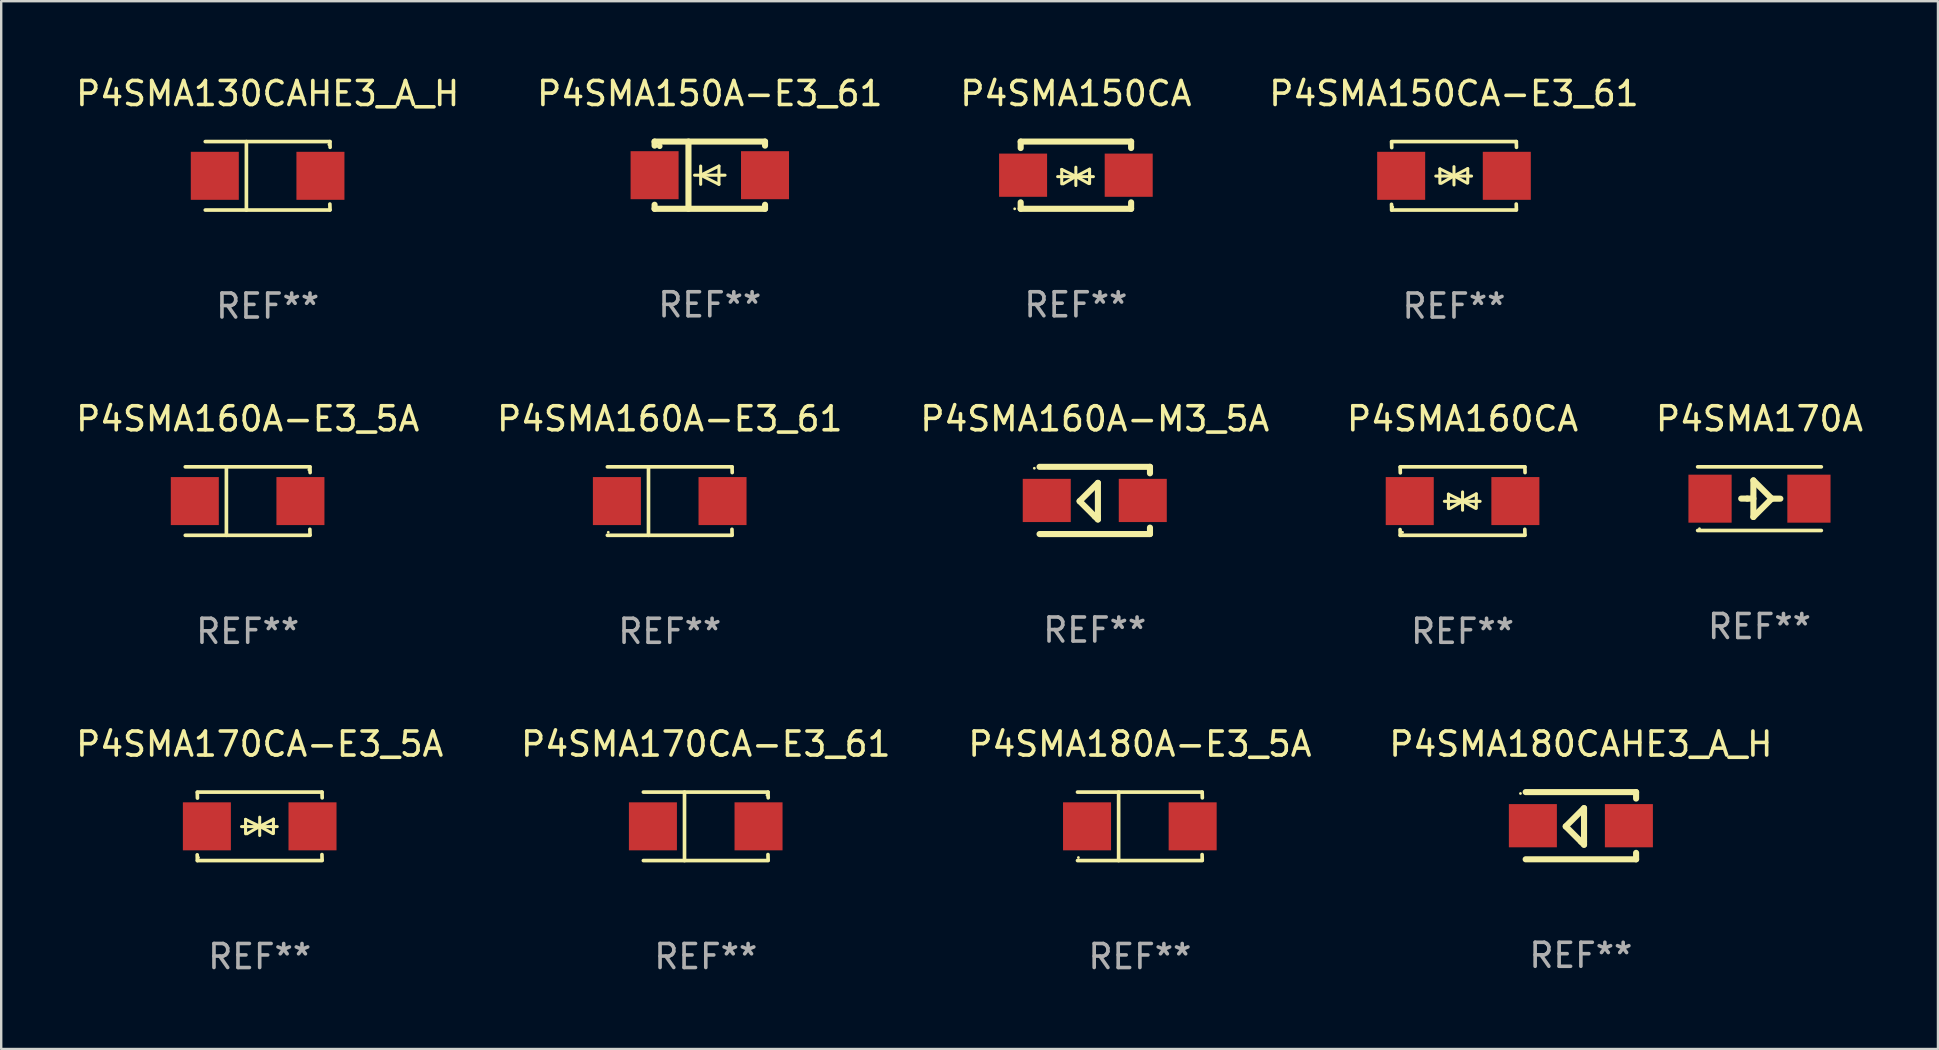
<source format=kicad_pcb>
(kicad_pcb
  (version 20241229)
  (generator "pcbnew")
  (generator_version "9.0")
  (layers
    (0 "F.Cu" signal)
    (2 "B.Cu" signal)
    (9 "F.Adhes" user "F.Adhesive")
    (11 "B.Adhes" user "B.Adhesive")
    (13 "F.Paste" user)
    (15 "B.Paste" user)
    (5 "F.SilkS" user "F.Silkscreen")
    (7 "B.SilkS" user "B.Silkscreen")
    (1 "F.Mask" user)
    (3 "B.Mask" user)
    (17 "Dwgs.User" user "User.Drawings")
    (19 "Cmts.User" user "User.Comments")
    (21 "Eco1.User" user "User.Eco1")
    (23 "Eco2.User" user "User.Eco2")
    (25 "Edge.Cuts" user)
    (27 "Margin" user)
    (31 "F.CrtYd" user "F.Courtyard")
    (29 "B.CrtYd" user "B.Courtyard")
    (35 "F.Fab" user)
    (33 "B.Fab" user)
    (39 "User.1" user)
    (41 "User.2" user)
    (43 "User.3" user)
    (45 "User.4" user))
  (footprint "P4SMA170CA-E3_61"
    (layer "F.Cu")
    (at 26.351 31.372)
    (property "Reference" "P4SMA170CA-E3_61" (at 0 -3.426 0) (layer "F.SilkS") (effects (font (size 1 1) (thickness 0.15))))
    (attr through_hole)
    (fp_line (start -2.6 -1.426) (end 2.593 -1.426) (stroke (width 0.152) (type solid)) (layer "F.SilkS"))
    (fp_line (start -2.6 1.426) (end 2.593 1.426) (stroke (width 0.152) (type solid)) (layer "F.SilkS"))
    (fp_line (start -0.887 -1.426) (end -0.887 1.426) (stroke (width 0.152) (type solid)) (layer "F.SilkS"))
    (fp_line (start 2.59 1.176) (end 2.597 1.415) (stroke (width 0.152) (type solid)) (layer "F.SilkS"))
    (fp_line (start 2.593 -1.426) (end 2.6 -1.187) (stroke (width 0.152) (type solid)) (layer "F.SilkS"))
    (fp_circle (center 2.547 -1.3) (end 2.577 -1.3) (stroke (width 0.06) (type solid)) (fill no) (layer "F.SilkS"))
    (fp_text user "REF**" (at 0 5.426 0) (layer "F.Fab") (effects (font (size 1 1) (thickness 0.15))))
    (pad "1" smd rect (at 2.197 -0.000025 180) (size 2 2) (layers "F.Cu" "F.Mask" "F.Paste"))
    (pad "2" smd rect (at -2.203 -0.000025 180) (size 2 2) (layers "F.Cu" "F.Mask" "F.Paste")))
  (footprint "P4SMA170CA-E3_5A"
    (layer "F.Cu")
    (at 7.768 31.372)
    (property "Reference" "P4SMA170CA-E3_5A" (at 0 -3.426 0) (layer "F.SilkS") (effects (font (size 1 1) (thickness 0.15))))
    (attr through_hole)
    (fp_line (start -2.596 -1.426) (end 2.596 -1.426) (stroke (width 0.152) (type solid)) (layer "F.SilkS"))
    (fp_line (start -2.596 1.426) (end -2.603 1.187) (stroke (width 0.152) (type solid)) (layer "F.SilkS"))
    (fp_line (start -2.596 1.426) (end 2.596 1.426) (stroke (width 0.152) (type solid)) (layer "F.SilkS"))
    (fp_line (start -2.593 -1.176) (end -2.6 -1.415) (stroke (width 0.152) (type solid)) (layer "F.SilkS"))
    (fp_line (start -0.758 0.011) (end 0.732 0.011) (stroke (width 0.127) (type solid)) (layer "F.SilkS"))
    (fp_line (start -0.588 -0.289) (end -0.588 0.311) (stroke (width 0.127) (type solid)) (layer "F.SilkS"))
    (fp_line (start -0.588 -0.289) (end 0 0) (stroke (width 0.127) (type solid)) (layer "F.SilkS"))
    (fp_line (start -0.528 0.311) (end 0 0) (stroke (width 0.127) (type solid)) (layer "F.SilkS"))
    (fp_line (start 0 0) (end 0 -0.381) (stroke (width 0.127) (type solid)) (layer "F.SilkS"))
    (fp_line (start 0 0) (end 0 0.381) (stroke (width 0.127) (type solid)) (layer "F.SilkS"))
    (fp_line (start 0.542 0.301) (end 0 0) (stroke (width 0.127) (type solid)) (layer "F.SilkS"))
    (fp_line (start 0.572 -0.299) (end 0 0) (stroke (width 0.127) (type solid)) (layer "F.SilkS"))
    (fp_line (start 0.572 -0.299) (end 0.572 0.301) (stroke (width 0.127) (type solid)) (layer "F.SilkS"))
    (fp_line (start 2.593 1.176) (end 2.6 1.415) (stroke (width 0.152) (type solid)) (layer "F.SilkS"))
    (fp_line (start 2.596 -1.426) (end 2.603 -1.187) (stroke (width 0.152) (type solid)) (layer "F.SilkS"))
    (fp_circle (center -2.55 1.3) (end -2.52 1.3) (stroke (width 0.06) (type solid)) (fill no) (layer "F.SilkS"))
    (fp_text user "REF**" (at 0 5.426 0) (layer "F.Fab") (effects (font (size 1 1) (thickness 0.15))))
    (pad "1" smd rect (at -2.2 0 180) (size 2 2) (layers "F.Cu" "F.Mask" "F.Paste"))
    (pad "2" smd rect (at 2.2 0 180) (size 2 2) (layers "F.Cu" "F.Mask" "F.Paste")))
  (footprint "P4SMA150A-E3_61"
    (layer "F.Cu")
    (at 26.518 4.248)
    (property "Reference" "P4SMA150A-E3_61" (at 0 -3.4 0) (layer "F.SilkS") (effects (font (size 1 1) (thickness 0.15))))
    (attr through_hole)
    (fp_line (start -2.3 -1.4) (end -2.3 -1.231) (stroke (width 0.254) (type solid)) (layer "F.SilkS"))
    (fp_line (start -2.3 -1.4) (end 2.3 -1.4) (stroke (width 0.254) (type solid)) (layer "F.SilkS"))
    (fp_line (start -2.3 1.231) (end -2.3 1.4) (stroke (width 0.254) (type solid)) (layer "F.SilkS"))
    (fp_line (start -2.3 1.4) (end 2.3 1.4) (stroke (width 0.254) (type solid)) (layer "F.SilkS"))
    (fp_line (start -0.889 1.4) (end -0.889 -1.4) (stroke (width 0.254) (type solid)) (layer "F.SilkS"))
    (fp_line (start -0.381 0) (end -0.381 -0.381) (stroke (width 0.127) (type solid)) (layer "F.SilkS"))
    (fp_line (start -0.381 0) (end -0.381 0.381) (stroke (width 0.127) (type solid)) (layer "F.SilkS"))
    (fp_line (start 0.381 -0.381) (end -0.381 0) (stroke (width 0.127) (type solid)) (layer "F.SilkS"))
    (fp_line (start 0.381 0) (end 0.381 -0.381) (stroke (width 0.127) (type solid)) (layer "F.SilkS"))
    (fp_line (start 0.381 0) (end 0.381 0.381) (stroke (width 0.127) (type solid)) (layer "F.SilkS"))
    (fp_line (start 0.381 0.381) (end -0.381 0) (stroke (width 0.127) (type solid)) (layer "F.SilkS"))
    (fp_line (start 0.635 0) (end -0.635 0) (stroke (width 0.127) (type solid)) (layer "F.SilkS"))
    (fp_line (start 2.3 -1.4) (end 2.3 -1.231) (stroke (width 0.254) (type solid)) (layer "F.SilkS"))
    (fp_line (start 2.3 1.231) (end 2.3 1.4) (stroke (width 0.254) (type solid)) (layer "F.SilkS"))
    (fp_circle (center -2.088 -1.208) (end -2.028 -1.208) (stroke (width 0.12) (type solid)) (fill no) (layer "F.SilkS"))
    (fp_text user "REF**" (at 0 5.4 0) (layer "F.Fab") (effects (font (size 1 1) (thickness 0.15))))
    (pad "1" smd rect (at -2.3 0 180) (size 2 2) (layers "F.Cu" "F.Mask" "F.Paste"))
    (pad "2" smd rect (at 2.3 0 180) (size 2 2) (layers "F.Cu" "F.Mask" "F.Paste")))
  (footprint "P4SMA160CA"
    (layer "F.Cu")
    (at 57.875 17.823)
    (property "Reference" "P4SMA160CA" (at 0 -3.426 0) (layer "F.SilkS") (effects (font (size 1 1) (thickness 0.15))))
    (attr through_hole)
    (fp_line (start -2.596 -1.426) (end 2.596 -1.426) (stroke (width 0.152) (type solid)) (layer "F.SilkS"))
    (fp_line (start -2.596 1.426) (end -2.603 1.187) (stroke (width 0.152) (type solid)) (layer "F.SilkS"))
    (fp_line (start -2.596 1.426) (end 2.596 1.426) (stroke (width 0.152) (type solid)) (layer "F.SilkS"))
    (fp_line (start -2.593 -1.176) (end -2.6 -1.415) (stroke (width 0.152) (type solid)) (layer "F.SilkS"))
    (fp_line (start -0.758 0.011) (end 0.732 0.011) (stroke (width 0.127) (type solid)) (layer "F.SilkS"))
    (fp_line (start -0.588 -0.289) (end -0.588 0.311) (stroke (width 0.127) (type solid)) (layer "F.SilkS"))
    (fp_line (start -0.588 -0.289) (end 0 0) (stroke (width 0.127) (type solid)) (layer "F.SilkS"))
    (fp_line (start -0.528 0.311) (end 0 0) (stroke (width 0.127) (type solid)) (layer "F.SilkS"))
    (fp_line (start 0 0) (end 0 -0.381) (stroke (width 0.127) (type solid)) (layer "F.SilkS"))
    (fp_line (start 0 0) (end 0 0.381) (stroke (width 0.127) (type solid)) (layer "F.SilkS"))
    (fp_line (start 0.542 0.301) (end 0 0) (stroke (width 0.127) (type solid)) (layer "F.SilkS"))
    (fp_line (start 0.572 -0.299) (end 0 0) (stroke (width 0.127) (type solid)) (layer "F.SilkS"))
    (fp_line (start 0.572 -0.299) (end 0.572 0.301) (stroke (width 0.127) (type solid)) (layer "F.SilkS"))
    (fp_line (start 2.593 1.176) (end 2.6 1.415) (stroke (width 0.152) (type solid)) (layer "F.SilkS"))
    (fp_line (start 2.596 -1.426) (end 2.603 -1.187) (stroke (width 0.152) (type solid)) (layer "F.SilkS"))
    (fp_circle (center -2.5 1.3) (end -2.47 1.3) (stroke (width 0.06) (type solid)) (fill no) (layer "F.SilkS"))
    (fp_text user "REF**" (at 0 5.426 0) (layer "F.Fab") (effects (font (size 1 1) (thickness 0.15))))
    (pad "1" smd rect (at -2.2 0 180) (size 2 2) (layers "F.Cu" "F.Mask" "F.Paste"))
    (pad "2" smd rect (at 2.2 0 180) (size 2 2) (layers "F.Cu" "F.Mask" "F.Paste")))
  (footprint "P4SMA160A-M3_5A"
    (layer "F.Cu")
    (at 42.554 17.797)
    (property "Reference" "P4SMA160A-M3_5A" (at 0 -3.4 0) (layer "F.SilkS") (effects (font (size 1 1) (thickness 0.15))))
    (attr through_hole)
    (fp_line (start -2.3 -1.4) (end 2.3 -1.4) (stroke (width 0.254) (type solid)) (layer "F.SilkS"))
    (fp_line (start -2.3 1.4) (end 2.3 1.4) (stroke (width 0.254) (type solid)) (layer "F.SilkS"))
    (fp_line (start -0.631 0.03) (end 0.131 -0.732) (stroke (width 0.254) (type solid)) (layer "F.SilkS"))
    (fp_line (start 0.004 0.665) (end -0.631 0.03) (stroke (width 0.254) (type solid)) (layer "F.SilkS"))
    (fp_line (start 0.131 -0.732) (end 0.131 0.665) (stroke (width 0.254) (type solid)) (layer "F.SilkS"))
    (fp_line (start 0.131 0.665) (end 0.131 0.792) (stroke (width 0.254) (type solid)) (layer "F.SilkS"))
    (fp_line (start 0.131 0.792) (end 0.004 0.665) (stroke (width 0.254) (type solid)) (layer "F.SilkS"))
    (fp_line (start 2.3 -1.4) (end 2.3 -1.131) (stroke (width 0.254) (type solid)) (layer "F.SilkS"))
    (fp_line (start 2.3 1.131) (end 2.3 1.4) (stroke (width 0.254) (type solid)) (layer "F.SilkS"))
    (fp_circle (center -2.517 -1.342) (end -2.487 -1.342) (stroke (width 0.06) (type solid)) (fill no) (layer "F.SilkS"))
    (fp_text user "REF**" (at 0 5.4 0) (layer "F.Fab") (effects (font (size 1 1) (thickness 0.15))))
    (pad "1" smd rect (at -2 -0.000127) (size 2 1.8) (layers "F.Cu" "F.Mask" "F.Paste"))
    (pad "2" smd rect (at 2 -0.000127) (size 2 1.8) (layers "F.Cu" "F.Mask" "F.Paste")))
  (footprint "P4SMA150CA-E3_61"
    (layer "F.Cu")
    (at 57.518 4.274)
    (property "Reference" "P4SMA150CA-E3_61" (at 0 -3.426 0) (layer "F.SilkS") (effects (font (size 1 1) (thickness 0.15))))
    (attr through_hole)
    (fp_line (start -2.596 -1.426) (end 2.596 -1.426) (stroke (width 0.152) (type solid)) (layer "F.SilkS"))
    (fp_line (start -2.596 1.426) (end -2.603 1.187) (stroke (width 0.152) (type solid)) (layer "F.SilkS"))
    (fp_line (start -2.596 1.426) (end 2.596 1.426) (stroke (width 0.152) (type solid)) (layer "F.SilkS"))
    (fp_line (start -2.593 -1.176) (end -2.6 -1.415) (stroke (width 0.152) (type solid)) (layer "F.SilkS"))
    (fp_line (start -0.758 0.011) (end 0.732 0.011) (stroke (width 0.127) (type solid)) (layer "F.SilkS"))
    (fp_line (start -0.588 -0.289) (end -0.588 0.311) (stroke (width 0.127) (type solid)) (layer "F.SilkS"))
    (fp_line (start -0.588 -0.289) (end 0 0) (stroke (width 0.127) (type solid)) (layer "F.SilkS"))
    (fp_line (start -0.528 0.311) (end 0 0) (stroke (width 0.127) (type solid)) (layer "F.SilkS"))
    (fp_line (start 0 0) (end 0 -0.381) (stroke (width 0.127) (type solid)) (layer "F.SilkS"))
    (fp_line (start 0 0) (end 0 0.381) (stroke (width 0.127) (type solid)) (layer "F.SilkS"))
    (fp_line (start 0.542 0.301) (end 0 0) (stroke (width 0.127) (type solid)) (layer "F.SilkS"))
    (fp_line (start 0.572 -0.299) (end 0 0) (stroke (width 0.127) (type solid)) (layer "F.SilkS"))
    (fp_line (start 0.572 -0.299) (end 0.572 0.301) (stroke (width 0.127) (type solid)) (layer "F.SilkS"))
    (fp_line (start 2.593 1.176) (end 2.6 1.415) (stroke (width 0.152) (type solid)) (layer "F.SilkS"))
    (fp_line (start 2.596 -1.426) (end 2.603 -1.187) (stroke (width 0.152) (type solid)) (layer "F.SilkS"))
    (fp_circle (center -2.55 1.3) (end -2.52 1.3) (stroke (width 0.06) (type solid)) (fill no) (layer "F.SilkS"))
    (fp_text user "REF**" (at 0 5.426 0) (layer "F.Fab") (effects (font (size 1 1) (thickness 0.15))))
    (pad "1" smd rect (at -2.2 0 180) (size 2 2) (layers "F.Cu" "F.Mask" "F.Paste"))
    (pad "2" smd rect (at 2.2 0 180) (size 2 2) (layers "F.Cu" "F.Mask" "F.Paste")))
  (footprint "P4SMA150CA"
    (layer "F.Cu")
    (at 41.768 4.248)
    (property "Reference" "P4SMA150CA" (at 0 -3.4 0) (layer "F.SilkS") (effects (font (size 1 1) (thickness 0.15))))
    (attr through_hole)
    (fp_line (start -2.3 -1.4) (end -2.3 -1.131) (stroke (width 0.254) (type solid)) (layer "F.SilkS"))
    (fp_line (start -2.3 -1.4) (end 2.3 -1.4) (stroke (width 0.254) (type solid)) (layer "F.SilkS"))
    (fp_line (start -2.3 1.131) (end -2.3 1.4) (stroke (width 0.254) (type solid)) (layer "F.SilkS"))
    (fp_line (start -2.3 1.4) (end 2.3 1.4) (stroke (width 0.254) (type solid)) (layer "F.SilkS"))
    (fp_line (start -0.76 0.06) (end 0.73 0.06) (stroke (width 0.127) (type solid)) (layer "F.SilkS"))
    (fp_line (start -0.59 -0.24) (end -0.59 0.36) (stroke (width 0.127) (type solid)) (layer "F.SilkS"))
    (fp_line (start -0.59 -0.24) (end -0.002 0.049) (stroke (width 0.127) (type solid)) (layer "F.SilkS"))
    (fp_line (start -0.53 0.36) (end -0.002 0.049) (stroke (width 0.127) (type solid)) (layer "F.SilkS"))
    (fp_line (start -0.002 0.049) (end -0.002 -0.332) (stroke (width 0.127) (type solid)) (layer "F.SilkS"))
    (fp_line (start -0.002 0.049) (end -0.002 0.43) (stroke (width 0.127) (type solid)) (layer "F.SilkS"))
    (fp_line (start 0.54 0.35) (end -0.002 0.049) (stroke (width 0.127) (type solid)) (layer "F.SilkS"))
    (fp_line (start 0.57 -0.25) (end -0.002 0.049) (stroke (width 0.127) (type solid)) (layer "F.SilkS"))
    (fp_line (start 0.57 -0.25) (end 0.57 0.35) (stroke (width 0.127) (type solid)) (layer "F.SilkS"))
    (fp_line (start 2.3 -1.4) (end 2.3 -1.131) (stroke (width 0.254) (type solid)) (layer "F.SilkS"))
    (fp_line (start 2.3 1.131) (end 2.3 1.4) (stroke (width 0.254) (type solid)) (layer "F.SilkS"))
    (fp_circle (center -2.55 1.4) (end -2.52 1.4) (stroke (width 0.06) (type solid)) (fill no) (layer "F.SilkS"))
    (fp_text user "REF**" (at 0 5.4 0) (layer "F.Fab") (effects (font (size 1 1) (thickness 0.15))))
    (pad "1" smd rect (at -2.2 0) (size 2 1.8) (layers "F.Cu" "F.Mask" "F.Paste"))
    (pad "2" smd rect (at 2.2 0) (size 2 1.8) (layers "F.Cu" "F.Mask" "F.Paste")))
  (footprint "P4SMA170A"
    (layer "F.Cu")
    (at 70.244 17.723)
    (property "Reference" "P4SMA170A" (at 0 -3.326 0) (layer "F.SilkS") (effects (font (size 1 1) (thickness 0.15))))
    (attr through_hole)
    (fp_line (start -2.576 -1.326) (end 2.576 -1.326) (stroke (width 0.152) (type solid)) (layer "F.SilkS"))
    (fp_line (start -2.576 1.326) (end 2.576 1.326) (stroke (width 0.152) (type solid)) (layer "F.SilkS"))
    (fp_line (start -0.508 -0.003) (end -0.762 -0.003) (stroke (width 0.254) (type solid)) (layer "F.SilkS"))
    (fp_line (start -0.254 -0.762) (end 0.508 -0.000013) (stroke (width 0.254) (type solid)) (layer "F.SilkS"))
    (fp_line (start -0.254 -0.003) (end -0.508 -0.003) (stroke (width 0.254) (type solid)) (layer "F.SilkS"))
    (fp_line (start -0.254 0.762) (end -0.254 -0.762) (stroke (width 0.254) (type solid)) (layer "F.SilkS"))
    (fp_line (start 0.508 -0.000013) (end -0.254 0.762) (stroke (width 0.254) (type solid)) (layer "F.SilkS"))
    (fp_line (start 0.508 -0.000013) (end 0.869 -0.000013) (stroke (width 0.254) (type solid)) (layer "F.SilkS"))
    (fp_circle (center -2.5 1.25) (end -2.47 1.25) (stroke (width 0.06) (type solid)) (fill no) (layer "F.SilkS"))
    (fp_text user "REF**" (at 0 5.326 0) (layer "F.Fab") (effects (font (size 1 1) (thickness 0.15))))
    (pad "1" smd rect (at -2.06 -0.000013) (size 1.8 2) (layers "F.Cu" "F.Mask" "F.Paste"))
    (pad "2" smd rect (at 2.06 -0.000013) (size 1.8 2) (layers "F.Cu" "F.Mask" "F.Paste")))
  (footprint "P4SMA130CAHE3_A_H"
    (layer "F.Cu")
    (at 8.101 4.274)
    (property "Reference" "P4SMA130CAHE3_A_H" (at 0 -3.426 0) (layer "F.SilkS") (effects (font (size 1 1) (thickness 0.15))))
    (attr through_hole)
    (fp_line (start -2.6 -1.426) (end 2.593 -1.426) (stroke (width 0.152) (type solid)) (layer "F.SilkS"))
    (fp_line (start -2.6 1.426) (end 2.593 1.426) (stroke (width 0.152) (type solid)) (layer "F.SilkS"))
    (fp_line (start -0.887 -1.426) (end -0.887 1.426) (stroke (width 0.152) (type solid)) (layer "F.SilkS"))
    (fp_line (start 2.59 1.176) (end 2.597 1.415) (stroke (width 0.152) (type solid)) (layer "F.SilkS"))
    (fp_line (start 2.593 -1.426) (end 2.6 -1.187) (stroke (width 0.152) (type solid)) (layer "F.SilkS"))
    (fp_circle (center 2.547 -1.3) (end 2.577 -1.3) (stroke (width 0.06) (type solid)) (fill no) (layer "F.SilkS"))
    (fp_text user "REF**" (at 0 5.426 0) (layer "F.Fab") (effects (font (size 1 1) (thickness 0.15))))
    (pad "1" smd rect (at 2.197 -0.000025 180) (size 2 2) (layers "F.Cu" "F.Mask" "F.Paste"))
    (pad "2" smd rect (at -2.203 -0.000025 180) (size 2 2) (layers "F.Cu" "F.Mask" "F.Paste")))
  (footprint "P4SMA180A-E3_5A"
    (layer "F.Cu")
    (at 44.435 31.372)
    (property "Reference" "P4SMA180A-E3_5A" (at 0 -3.426 0) (layer "F.SilkS") (effects (font (size 1 1) (thickness 0.15))))
    (attr through_hole)
    (fp_line (start -2.6 -1.426) (end 2.593 -1.426) (stroke (width 0.152) (type solid)) (layer "F.SilkS"))
    (fp_line (start -2.6 1.426) (end 2.593 1.426) (stroke (width 0.152) (type solid)) (layer "F.SilkS"))
    (fp_line (start -0.887 -1.426) (end -0.887 1.426) (stroke (width 0.152) (type solid)) (layer "F.SilkS"))
    (fp_line (start 2.59 1.176) (end 2.597 1.415) (stroke (width 0.152) (type solid)) (layer "F.SilkS"))
    (fp_line (start 2.593 -1.426) (end 2.6 -1.187) (stroke (width 0.152) (type solid)) (layer "F.SilkS"))
    (fp_circle (center -2.563 1.3) (end -2.533 1.3) (stroke (width 0.06) (type solid)) (fill no) (layer "F.SilkS"))
    (fp_text user "REF**" (at 0 5.426 0) (layer "F.Fab") (effects (font (size 1 1) (thickness 0.15))))
    (pad "1" smd rect (at -2.203 -0.000025 180) (size 2 2) (layers "F.Cu" "F.Mask" "F.Paste"))
    (pad "2" smd rect (at 2.197 -0.000025 180) (size 2 2) (layers "F.Cu" "F.Mask" "F.Paste")))
  (footprint "P4SMA180CAHE3_A_H"
    (layer "F.Cu")
    (at 62.804 31.346)
    (property "Reference" "P4SMA180CAHE3_A_H" (at 0 -3.4 0) (layer "F.SilkS") (effects (font (size 1 1) (thickness 0.15))))
    (attr through_hole)
    (fp_line (start -2.3 -1.4) (end 2.3 -1.4) (stroke (width 0.254) (type solid)) (layer "F.SilkS"))
    (fp_line (start -2.3 1.4) (end 2.3 1.4) (stroke (width 0.254) (type solid)) (layer "F.SilkS"))
    (fp_line (start -0.631 0.03) (end 0.131 -0.732) (stroke (width 0.254) (type solid)) (layer "F.SilkS"))
    (fp_line (start 0.004 0.665) (end -0.631 0.03) (stroke (width 0.254) (type solid)) (layer "F.SilkS"))
    (fp_line (start 0.131 -0.732) (end 0.131 0.665) (stroke (width 0.254) (type solid)) (layer "F.SilkS"))
    (fp_line (start 0.131 0.665) (end 0.131 0.792) (stroke (width 0.254) (type solid)) (layer "F.SilkS"))
    (fp_line (start 0.131 0.792) (end 0.004 0.665) (stroke (width 0.254) (type solid)) (layer "F.SilkS"))
    (fp_line (start 2.3 -1.4) (end 2.3 -1.131) (stroke (width 0.254) (type solid)) (layer "F.SilkS"))
    (fp_line (start 2.3 1.131) (end 2.3 1.4) (stroke (width 0.254) (type solid)) (layer "F.SilkS"))
    (fp_circle (center -2.517 -1.342) (end -2.487 -1.342) (stroke (width 0.06) (type solid)) (fill no) (layer "F.SilkS"))
    (fp_text user "REF**" (at 0 5.4 0) (layer "F.Fab") (effects (font (size 1 1) (thickness 0.15))))
    (pad "1" smd rect (at -2 -0.000127) (size 2 1.8) (layers "F.Cu" "F.Mask" "F.Paste"))
    (pad "2" smd rect (at 2 -0.000127) (size 2 1.8) (layers "F.Cu" "F.Mask" "F.Paste")))
  (footprint "P4SMA160A-E3_5A"
    (layer "F.Cu")
    (at 7.268 17.823)
    (property "Reference" "P4SMA160A-E3_5A" (at 0 -3.426 0) (layer "F.SilkS") (effects (font (size 1 1) (thickness 0.15))))
    (attr through_hole)
    (fp_line (start -2.6 -1.426) (end 2.593 -1.426) (stroke (width 0.152) (type solid)) (layer "F.SilkS"))
    (fp_line (start -2.6 1.426) (end 2.593 1.426) (stroke (width 0.152) (type solid)) (layer "F.SilkS"))
    (fp_line (start -0.887 -1.426) (end -0.887 1.426) (stroke (width 0.152) (type solid)) (layer "F.SilkS"))
    (fp_line (start 2.59 1.176) (end 2.597 1.415) (stroke (width 0.152) (type solid)) (layer "F.SilkS"))
    (fp_line (start 2.593 -1.426) (end 2.6 -1.187) (stroke (width 0.152) (type solid)) (layer "F.SilkS"))
    (fp_circle (center 2.547 -1.3) (end 2.577 -1.3) (stroke (width 0.06) (type solid)) (fill no) (layer "F.SilkS"))
    (fp_text user "REF**" (at 0 5.426 0) (layer "F.Fab") (effects (font (size 1 1) (thickness 0.15))))
    (pad "1" smd rect (at 2.197 -0.000025 180) (size 2 2) (layers "F.Cu" "F.Mask" "F.Paste"))
    (pad "2" smd rect (at -2.203 -0.000025 180) (size 2 2) (layers "F.Cu" "F.Mask" "F.Paste")))
  (footprint "P4SMA160A-E3_61"
    (layer "F.Cu")
    (at 24.851 17.823)
    (property "Reference" "P4SMA160A-E3_61" (at 0 -3.426 0) (layer "F.SilkS") (effects (font (size 1 1) (thickness 0.15))))
    (attr through_hole)
    (fp_line (start -2.6 -1.426) (end 2.593 -1.426) (stroke (width 0.152) (type solid)) (layer "F.SilkS"))
    (fp_line (start -2.6 1.426) (end 2.593 1.426) (stroke (width 0.152) (type solid)) (layer "F.SilkS"))
    (fp_line (start -0.887 -1.426) (end -0.887 1.426) (stroke (width 0.152) (type solid)) (layer "F.SilkS"))
    (fp_line (start 2.59 1.176) (end 2.597 1.415) (stroke (width 0.152) (type solid)) (layer "F.SilkS"))
    (fp_line (start 2.593 -1.426) (end 2.6 -1.187) (stroke (width 0.152) (type solid)) (layer "F.SilkS"))
    (fp_circle (center -2.563 1.3) (end -2.533 1.3) (stroke (width 0.06) (type solid)) (fill no) (layer "F.SilkS"))
    (fp_text user "REF**" (at 0 5.426 0) (layer "F.Fab") (effects (font (size 1 1) (thickness 0.15))))
    (pad "1" smd rect (at -2.203 -0.000025 180) (size 2 2) (layers "F.Cu" "F.Mask" "F.Paste"))
    (pad "2" smd rect (at 2.197 -0.000025 180) (size 2 2) (layers "F.Cu" "F.Mask" "F.Paste")))
  (gr_rect
    (start -3 -3)
    (end 77.679 40.647)
    (stroke (width 0.1) (type default))
    (fill no)
    (layer "Edge.Cuts")))
</source>
